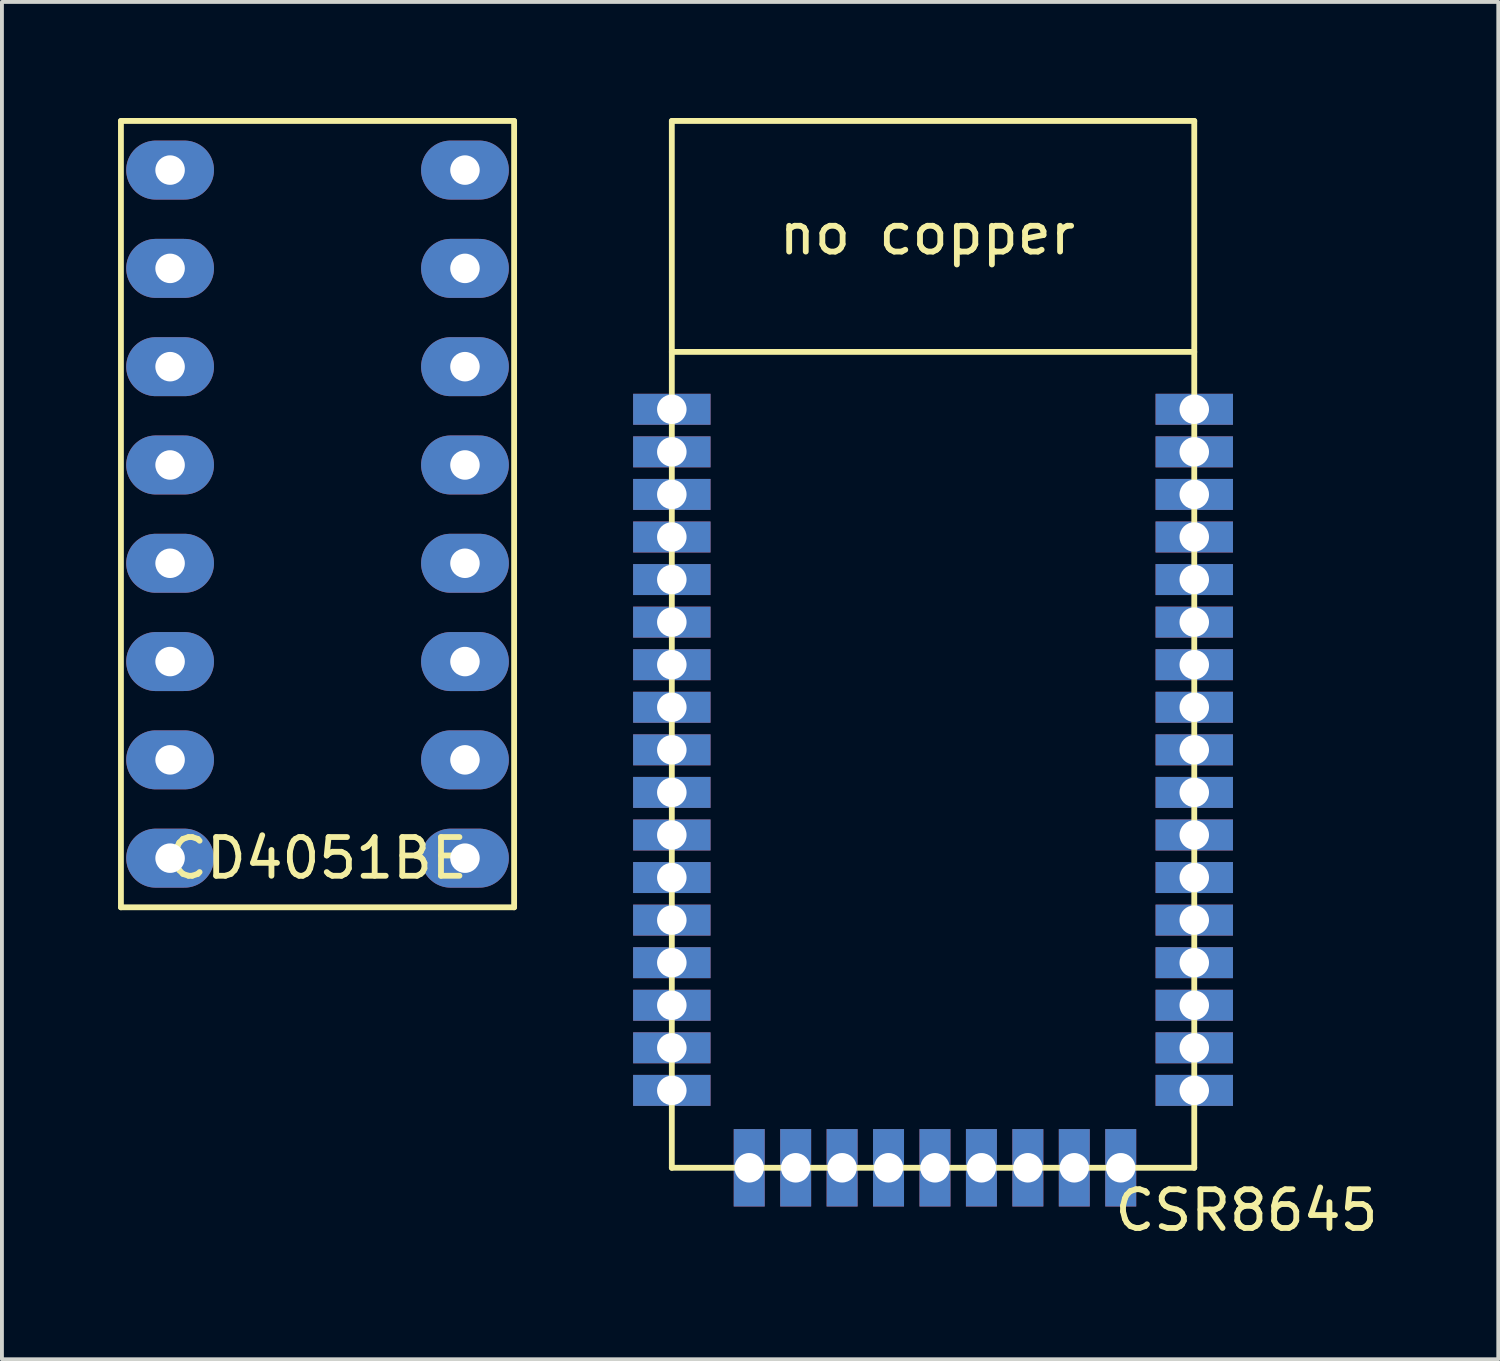
<source format=kicad_pcb>
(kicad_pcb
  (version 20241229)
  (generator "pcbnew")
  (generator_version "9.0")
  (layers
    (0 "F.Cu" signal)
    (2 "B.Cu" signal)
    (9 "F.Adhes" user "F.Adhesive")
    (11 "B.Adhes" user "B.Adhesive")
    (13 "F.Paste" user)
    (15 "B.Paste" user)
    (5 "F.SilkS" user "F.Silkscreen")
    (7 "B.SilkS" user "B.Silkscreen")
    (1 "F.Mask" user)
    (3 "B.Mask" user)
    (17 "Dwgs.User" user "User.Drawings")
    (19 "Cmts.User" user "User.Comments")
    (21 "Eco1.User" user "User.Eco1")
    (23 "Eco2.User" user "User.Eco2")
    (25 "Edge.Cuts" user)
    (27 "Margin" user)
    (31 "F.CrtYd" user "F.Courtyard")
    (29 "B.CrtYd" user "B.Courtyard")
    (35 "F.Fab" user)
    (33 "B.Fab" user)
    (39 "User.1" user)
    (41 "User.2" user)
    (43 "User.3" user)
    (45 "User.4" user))
  (footprint "CSR8645"
    (layer "F.Cu")
    (at 14.31 27.126)
    (property "Reference" "CSR8645" (at 14.85 1.1 0) (layer "F.SilkS") (effects (font (size 1 1) (thickness 0.15))))
    (attr through_hole)
    (fp_line (start 0 -27.051) (end 0 0) (stroke (width 0.15) (type solid)) (layer "F.SilkS"))
    (fp_line (start 0 -21.082) (end 13.5 -21.082) (stroke (width 0.15) (type solid)) (layer "F.SilkS"))
    (fp_line (start 0 0) (end 13.5 0) (stroke (width 0.15) (type solid)) (layer "F.SilkS"))
    (fp_line (start 13.5 -27.051) (end 0 -27.051) (stroke (width 0.15) (type solid)) (layer "F.SilkS"))
    (fp_line (start 13.5 0) (end 13.5 -27.051) (stroke (width 0.15) (type solid)) (layer "F.SilkS"))
    (fp_text user "no copper" (at 6.604 -24.13 0) (layer "F.SilkS") (effects (font (size 1 1) (thickness 0.15))))
    (pad "1" thru_hole rect (at 0 -19.6) (size 2 0.8) (drill 0.762) (layers "*.Cu" "*.Mask"))
    (pad "2" thru_hole rect (at 0 -18.5) (size 2 0.8) (drill 0.762) (layers "*.Cu" "*.Mask"))
    (pad "3" thru_hole rect (at 0 -17.4) (size 2 0.8) (drill 0.762) (layers "*.Cu" "*.Mask"))
    (pad "4" thru_hole rect (at 0 -16.3) (size 2 0.8) (drill 0.762) (layers "*.Cu" "*.Mask"))
    (pad "5" thru_hole rect (at 0 -15.2) (size 2 0.8) (drill 0.762) (layers "*.Cu" "*.Mask"))
    (pad "6" thru_hole rect (at 0 -14.1) (size 2 0.8) (drill 0.762) (layers "*.Cu" "*.Mask"))
    (pad "7" thru_hole rect (at 0 -13) (size 2 0.8) (drill 0.762) (layers "*.Cu" "*.Mask"))
    (pad "8" thru_hole rect (at 0 -11.9) (size 2 0.8) (drill 0.762) (layers "*.Cu" "*.Mask"))
    (pad "9" thru_hole rect (at 0 -10.8) (size 2 0.8) (drill 0.762) (layers "*.Cu" "*.Mask"))
    (pad "10" thru_hole rect (at 0 -9.7) (size 2 0.8) (drill 0.762) (layers "*.Cu" "*.Mask"))
    (pad "11" thru_hole rect (at 0 -8.6) (size 2 0.8) (drill 0.762) (layers "*.Cu" "*.Mask"))
    (pad "12" thru_hole rect (at 0 -7.5) (size 2 0.8) (drill 0.762) (layers "*.Cu" "*.Mask"))
    (pad "13" thru_hole rect (at 0 -6.4) (size 2 0.8) (drill 0.762) (layers "*.Cu" "*.Mask"))
    (pad "14" thru_hole rect (at 0 -5.3) (size 2 0.8) (drill 0.762) (layers "*.Cu" "*.Mask"))
    (pad "15" thru_hole rect (at 0 -4.2) (size 2 0.8) (drill 0.762) (layers "*.Cu" "*.Mask"))
    (pad "16" thru_hole rect (at 0 -3.1) (size 2 0.8) (drill 0.762) (layers "*.Cu" "*.Mask"))
    (pad "17" thru_hole rect (at 0 -2) (size 2 0.8) (drill 0.762) (layers "*.Cu" "*.Mask"))
    (pad "18" thru_hole rect (at 2 0) (size 0.8 2) (drill 0.762) (layers "*.Cu" "*.Mask"))
    (pad "19" thru_hole rect (at 3.2 0) (size 0.8 2) (drill 0.762) (layers "*.Cu" "*.Mask"))
    (pad "20" thru_hole rect (at 4.4 0) (size 0.8 2) (drill 0.762) (layers "*.Cu" "*.Mask"))
    (pad "21" thru_hole rect (at 5.6 0) (size 0.8 2) (drill 0.762) (layers "*.Cu" "*.Mask"))
    (pad "22" thru_hole rect (at 6.8 0) (size 0.8 2) (drill 0.762) (layers "*.Cu" "*.Mask"))
    (pad "23" thru_hole rect (at 8 0) (size 0.8 2) (drill 0.762) (layers "*.Cu" "*.Mask"))
    (pad "24" thru_hole rect (at 9.2 0) (size 0.8 2) (drill 0.762) (layers "*.Cu" "*.Mask"))
    (pad "25" thru_hole rect (at 10.4 0) (size 0.8 2) (drill 0.762) (layers "*.Cu" "*.Mask"))
    (pad "26" thru_hole rect (at 11.6 0) (size 0.8 2) (drill 0.762) (layers "*.Cu" "*.Mask"))
    (pad "27" thru_hole rect (at 13.5 -2) (size 2 0.8) (drill 0.762) (layers "*.Cu" "*.Mask"))
    (pad "28" thru_hole rect (at 13.5 -3.1) (size 2 0.8) (drill 0.762) (layers "*.Cu" "*.Mask"))
    (pad "29" thru_hole rect (at 13.5 -4.2) (size 2 0.8) (drill 0.762) (layers "*.Cu" "*.Mask"))
    (pad "30" thru_hole rect (at 13.5 -5.3) (size 2 0.8) (drill 0.762) (layers "*.Cu" "*.Mask"))
    (pad "31" thru_hole rect (at 13.5 -6.4) (size 2 0.8) (drill 0.762) (layers "*.Cu" "*.Mask"))
    (pad "32" thru_hole rect (at 13.5 -7.5) (size 2 0.8) (drill 0.762) (layers "*.Cu" "*.Mask"))
    (pad "33" thru_hole rect (at 13.5 -8.6) (size 2 0.8) (drill 0.762) (layers "*.Cu" "*.Mask"))
    (pad "34" thru_hole rect (at 13.5 -9.7) (size 2 0.8) (drill 0.762) (layers "*.Cu" "*.Mask"))
    (pad "35" thru_hole rect (at 13.5 -10.8) (size 2 0.8) (drill 0.762) (layers "*.Cu" "*.Mask"))
    (pad "36" thru_hole rect (at 13.5 -11.9) (size 2 0.8) (drill 0.762) (layers "*.Cu" "*.Mask"))
    (pad "37" thru_hole rect (at 13.5 -13) (size 2 0.8) (drill 0.762) (layers "*.Cu" "*.Mask"))
    (pad "38" thru_hole rect (at 13.5 -14.1) (size 2 0.8) (drill 0.762) (layers "*.Cu" "*.Mask"))
    (pad "39" thru_hole rect (at 13.5 -15.2) (size 2 0.8) (drill 0.762) (layers "*.Cu" "*.Mask"))
    (pad "40" thru_hole rect (at 13.5 -16.3) (size 2 0.8) (drill 0.762) (layers "*.Cu" "*.Mask"))
    (pad "41" thru_hole rect (at 13.5 -17.4) (size 2 0.8) (drill 0.762) (layers "*.Cu" "*.Mask"))
    (pad "42" thru_hole rect (at 13.5 -18.5) (size 2 0.8) (drill 0.762) (layers "*.Cu" "*.Mask"))
    (pad "43" thru_hole rect (at 13.5 -19.6) (size 2 0.8) (drill 0.762) (layers "*.Cu" "*.Mask")))
  (footprint "CD4051BE"
    (layer "F.Cu")
    (at 5.155 10.235)
    (property "Reference" "CD4051BE" (at 0 8.89 0) (layer "F.SilkS") (effects (font (size 1 1) (thickness 0.15))))
    (attr through_hole)
    (fp_line (start -5.08 -10.16) (end -5.08 10.16) (stroke (width 0.15) (type solid)) (layer "F.SilkS"))
    (fp_line (start -5.08 10.16) (end 5.08 10.16) (stroke (width 0.15) (type solid)) (layer "F.SilkS"))
    (fp_line (start 5.08 -10.16) (end -5.08 -10.16) (stroke (width 0.15) (type solid)) (layer "F.SilkS"))
    (fp_line (start 5.08 10.16) (end 5.08 -10.16) (stroke (width 0.15) (type solid)) (layer "F.SilkS"))
    (pad "1" thru_hole oval (at -3.81 -8.89) (size 2.268 1.524) (drill 0.762) (layers "*.Cu" "*.Mask"))
    (pad "2" thru_hole oval (at -3.81 -6.35) (size 2.268 1.524) (drill 0.762) (layers "*.Cu" "*.Mask"))
    (pad "3" thru_hole oval (at -3.81 -3.81) (size 2.268 1.524) (drill 0.762) (layers "*.Cu" "*.Mask"))
    (pad "4" thru_hole oval (at -3.81 -1.27) (size 2.268 1.524) (drill 0.762) (layers "*.Cu" "*.Mask"))
    (pad "5" thru_hole oval (at -3.81 1.27) (size 2.268 1.524) (drill 0.762) (layers "*.Cu" "*.Mask"))
    (pad "6" thru_hole oval (at -3.81 3.81) (size 2.268 1.524) (drill 0.762) (layers "*.Cu" "*.Mask"))
    (pad "7" thru_hole oval (at -3.81 6.35) (size 2.268 1.524) (drill 0.762) (layers "*.Cu" "*.Mask"))
    (pad "8" thru_hole oval (at -3.81 8.89) (size 2.268 1.524) (drill 0.762) (layers "*.Cu" "*.Mask"))
    (pad "9" thru_hole oval (at 3.81 8.89) (size 2.268 1.524) (drill 0.762) (layers "*.Cu" "*.Mask"))
    (pad "10" thru_hole oval (at 3.81 6.35) (size 2.268 1.524) (drill 0.762) (layers "*.Cu" "*.Mask"))
    (pad "11" thru_hole oval (at 3.81 3.81) (size 2.268 1.524) (drill 0.762) (layers "*.Cu" "*.Mask"))
    (pad "12" thru_hole oval (at 3.81 1.27) (size 2.268 1.524) (drill 0.762) (layers "*.Cu" "*.Mask"))
    (pad "13" thru_hole oval (at 3.81 -1.27) (size 2.268 1.524) (drill 0.762) (layers "*.Cu" "*.Mask"))
    (pad "14" thru_hole oval (at 3.81 -3.81) (size 2.268 1.524) (drill 0.762) (layers "*.Cu" "*.Mask"))
    (pad "15" thru_hole oval (at 3.81 -6.35) (size 2.268 1.524) (drill 0.762) (layers "*.Cu" "*.Mask"))
    (pad "16" thru_hole oval (at 3.81 -8.89) (size 2.268 1.524) (drill 0.762) (layers "*.Cu" "*.Mask")))
  (gr_rect
    (start -3 -3)
    (end 35.666 32.074)
    (stroke (width 0.1) (type default))
    (fill no)
    (layer "Edge.Cuts")))
</source>
